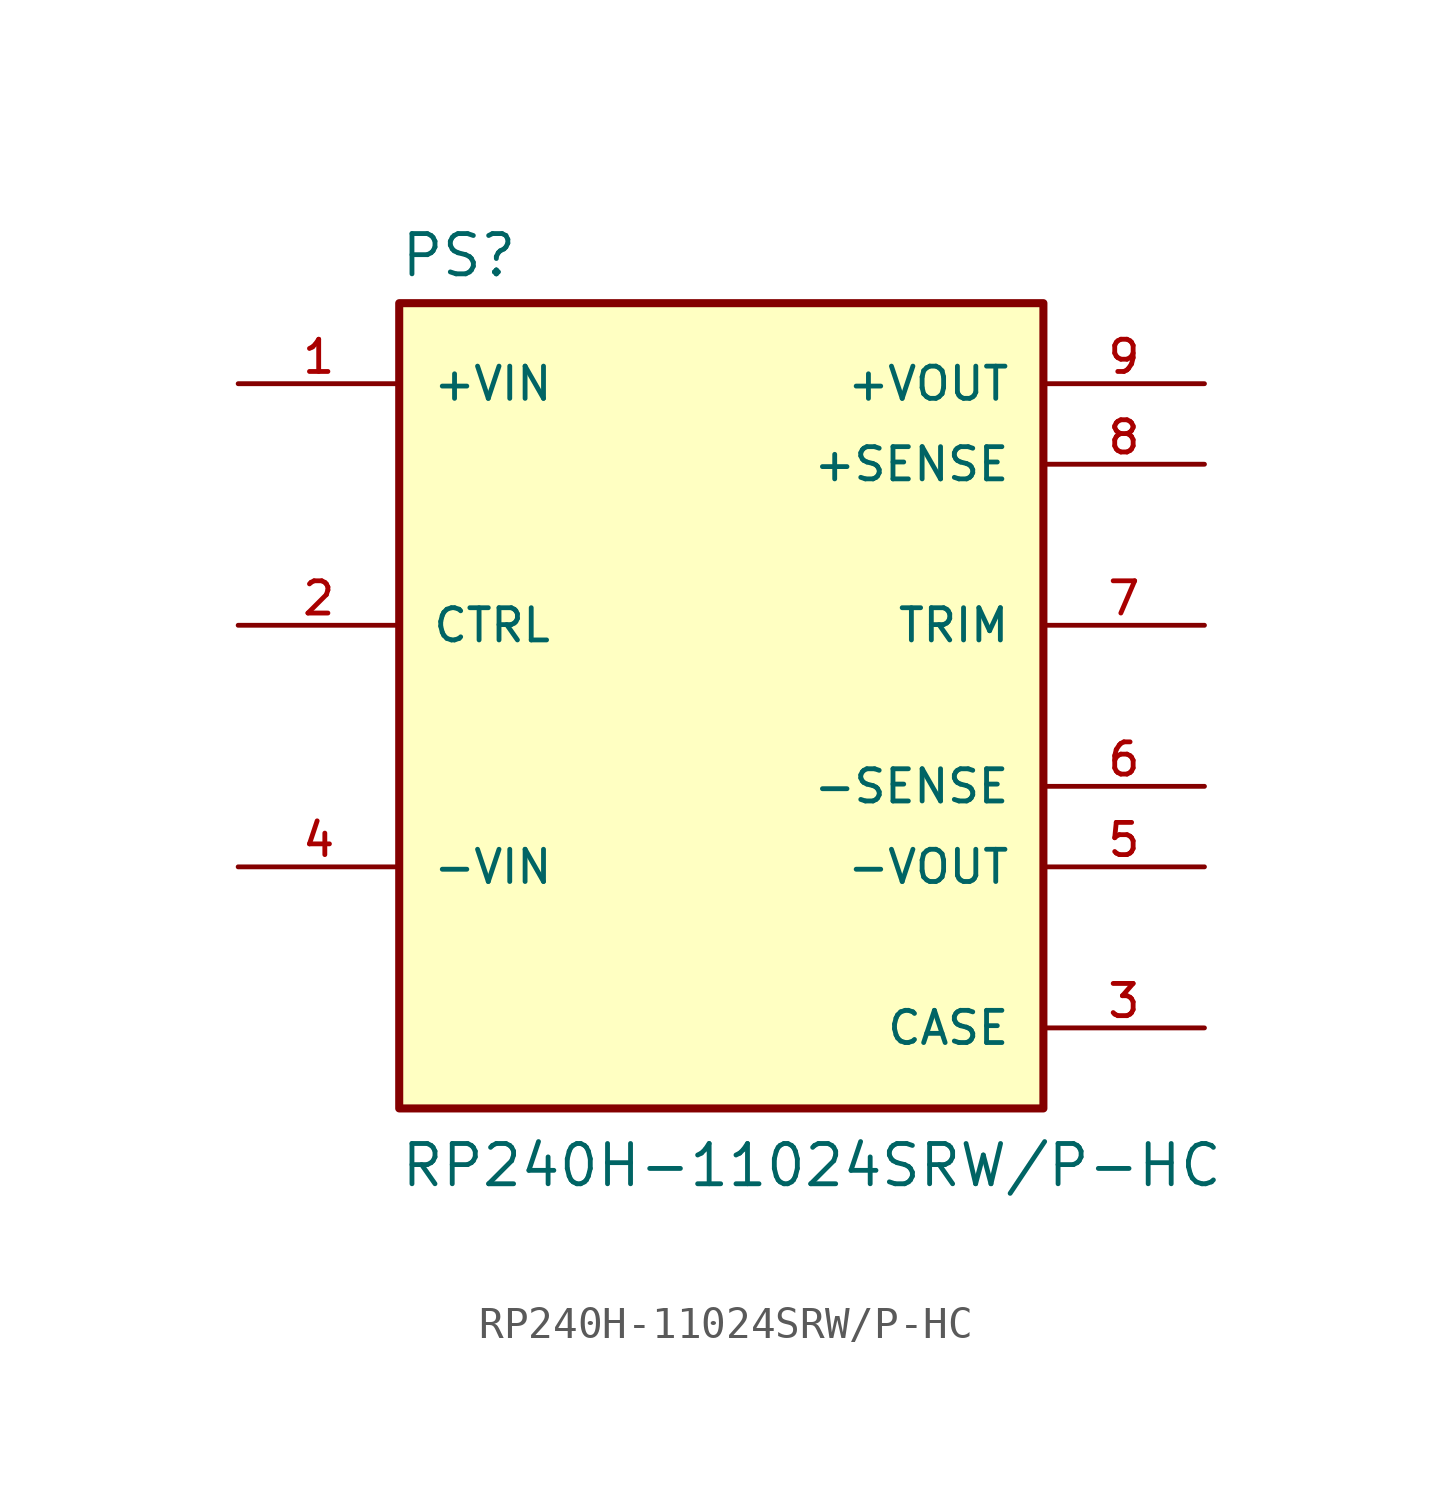
<source format=kicad_sym>
(kicad_symbol_lib
  (version 20220914)
  (generator kicad_symbol_editor)
  (symbol "RP240H-11024SRW/P-HC"
    (pin_names
      (offset 1.016))
    (property "Reference" "PS"
      (at -10.16 13.462 0)
      (effects (font (size 1.27 1.27)) (justify left bottom)))
    (property "Value" "RP240H-11024SRW{slash}P-HC"
      (at -10.16 -15.24 0)
      (effects (font (size 1.27 1.27)) (justify left bottom)))
    (symbol "RP240H-11024SRW/P-HC_0_0"
      (rectangle (start -10.16 12.7) (end 10.16 -12.7) (stroke (width 0.254) (type default)) (fill (type background)))
      (pin input line (at -15.24 2.54 0) (length 5.08) (name "CTRL" (effects (font (size 1.016 1.016)))) (number "2" (effects (font (size 1.016 1.016)))))
      (pin passive line (at 15.24 -10.16 180) (length 5.08) (name "CASE" (effects (font (size 1.016 1.016)))) (number "3" (effects (font (size 1.016 1.016)))))
      (pin input line (at 15.24 -2.54 180) (length 5.08) (name "-SENSE" (effects (font (size 1.016 1.016)))) (number "6" (effects (font (size 1.016 1.016)))))
      (pin input line (at 15.24 2.54 180) (length 5.08) (name "TRIM" (effects (font (size 1.016 1.016)))) (number "7" (effects (font (size 1.016 1.016)))))
      (pin input line (at 15.24 7.62 180) (length 5.08) (name "+SENSE" (effects (font (size 1.016 1.016)))) (number "8" (effects (font (size 1.016 1.016))))))
    (symbol "RP240H-11024SRW/P-HC_1_0"
      (pin power_in line (at -15.24 10.16 0) (length 5.08) (name "+VIN" (effects (font (size 1.016 1.016)))) (number "1" (effects (font (size 1.016 1.016)))))
      (pin power_in line (at -15.24 -5.08 0) (length 5.08) (name "-VIN" (effects (font (size 1.016 1.016)))) (number "4" (effects (font (size 1.016 1.016)))))
      (pin power_out line (at 15.24 -5.08 180) (length 5.08) (name "-VOUT" (effects (font (size 1.016 1.016)))) (number "5" (effects (font (size 1.016 1.016)))))
      (pin power_out line (at 15.24 10.16 180) (length 5.08) (name "+VOUT" (effects (font (size 1.016 1.016)))) (number "9" (effects (font (size 1.016 1.016))))))))
</source>
